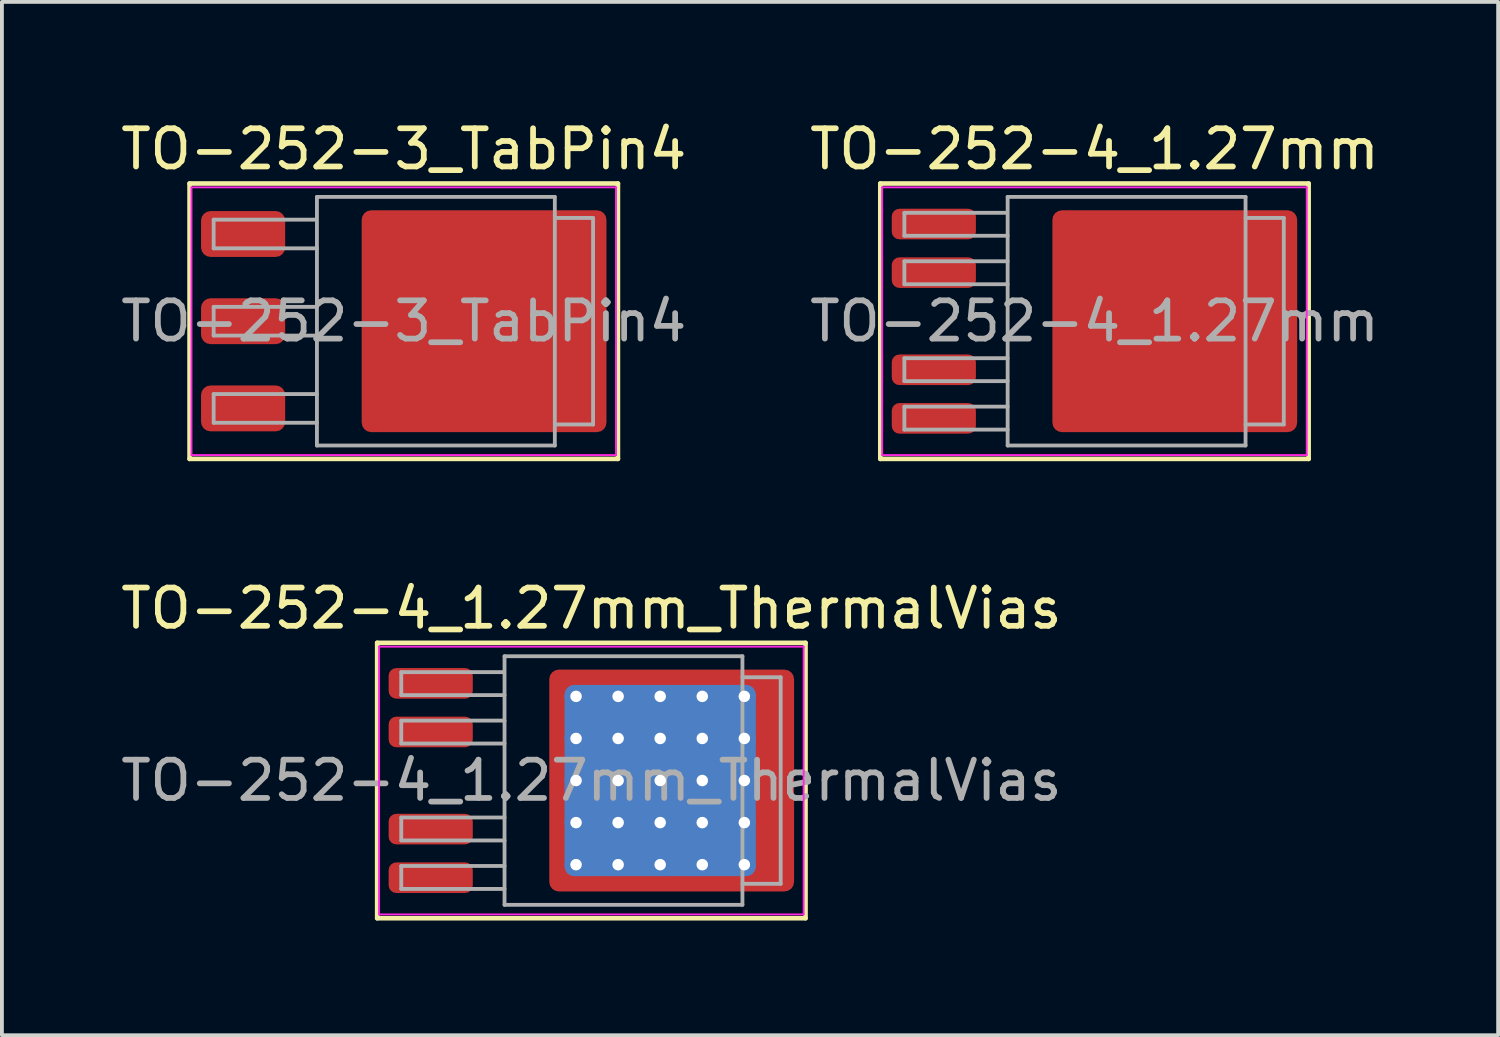
<source format=kicad_pcb>
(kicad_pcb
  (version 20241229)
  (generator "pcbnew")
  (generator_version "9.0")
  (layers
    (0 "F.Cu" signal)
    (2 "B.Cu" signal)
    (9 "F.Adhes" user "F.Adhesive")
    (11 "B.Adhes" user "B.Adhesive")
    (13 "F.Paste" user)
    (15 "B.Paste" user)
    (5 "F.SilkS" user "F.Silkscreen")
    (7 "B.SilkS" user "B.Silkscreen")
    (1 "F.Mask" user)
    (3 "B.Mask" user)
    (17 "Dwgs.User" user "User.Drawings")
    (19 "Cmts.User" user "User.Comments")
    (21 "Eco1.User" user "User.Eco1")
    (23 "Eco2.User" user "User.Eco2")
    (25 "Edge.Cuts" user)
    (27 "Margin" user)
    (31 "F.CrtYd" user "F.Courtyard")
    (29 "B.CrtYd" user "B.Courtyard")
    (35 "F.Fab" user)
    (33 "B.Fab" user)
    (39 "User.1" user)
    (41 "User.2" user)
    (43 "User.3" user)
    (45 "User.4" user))
  (footprint "TO-252-4_1.27mm"
    (layer "F.Cu")
    (at 25.565 5.348)
    (property "Reference" "TO-252-4_1.27mm" (at 0 -4.5 0) (layer "F.SilkS") (effects (font (size 1 1) (thickness 0.15))))
    (attr smd)
    (fp_line (start -5.6 -3.6) (end -5.6 3.6) (stroke (width 0.12) (type solid)) (layer "F.SilkS"))
    (fp_line (start -5.6 3.6) (end 5.6 3.6) (stroke (width 0.12) (type solid)) (layer "F.SilkS"))
    (fp_line (start 5.6 -3.6) (end -5.6 -3.6) (stroke (width 0.12) (type solid)) (layer "F.SilkS"))
    (fp_line (start 5.6 3.6) (end 5.6 -3.6) (stroke (width 0.12) (type solid)) (layer "F.SilkS"))
    (fp_line (start -5.55 -3.5) (end -5.55 3.5) (stroke (width 0.05) (type solid)) (layer "F.CrtYd"))
    (fp_line (start -5.55 3.5) (end 5.55 3.5) (stroke (width 0.05) (type solid)) (layer "F.CrtYd"))
    (fp_line (start 5.55 -3.5) (end -5.55 -3.5) (stroke (width 0.05) (type solid)) (layer "F.CrtYd"))
    (fp_line (start 5.55 3.5) (end 5.55 -3.5) (stroke (width 0.05) (type solid)) (layer "F.CrtYd"))
    (fp_line (start -4.97 -2.834) (end -4.97 -2.234) (stroke (width 0.1) (type solid)) (layer "F.Fab"))
    (fp_line (start -4.97 -2.234) (end -2.27 -2.234) (stroke (width 0.1) (type solid)) (layer "F.Fab"))
    (fp_line (start -4.97 -1.567) (end -4.97 -0.967) (stroke (width 0.1) (type solid)) (layer "F.Fab"))
    (fp_line (start -4.97 -0.967) (end -2.27 -0.967) (stroke (width 0.1) (type solid)) (layer "F.Fab"))
    (fp_line (start -4.97 0.967) (end -4.97 1.567) (stroke (width 0.1) (type solid)) (layer "F.Fab"))
    (fp_line (start -4.97 1.567) (end -2.27 1.567) (stroke (width 0.1) (type solid)) (layer "F.Fab"))
    (fp_line (start -4.97 2.234) (end -4.97 2.834) (stroke (width 0.1) (type solid)) (layer "F.Fab"))
    (fp_line (start -4.97 2.834) (end -2.27 2.834) (stroke (width 0.1) (type solid)) (layer "F.Fab"))
    (fp_line (start -2.3 -2.834) (end -4.97 -2.834) (stroke (width 0.1) (type solid)) (layer "F.Fab"))
    (fp_line (start -2.27 -3.25) (end 3.95 -3.25) (stroke (width 0.1) (type solid)) (layer "F.Fab"))
    (fp_line (start -2.27 -1.567) (end -4.97 -1.567) (stroke (width 0.1) (type solid)) (layer "F.Fab"))
    (fp_line (start -2.27 0.967) (end -4.97 0.967) (stroke (width 0.1) (type solid)) (layer "F.Fab"))
    (fp_line (start -2.27 2.234) (end -4.97 2.234) (stroke (width 0.1) (type solid)) (layer "F.Fab"))
    (fp_line (start -2.27 3.25) (end -2.27 -3.25) (stroke (width 0.1) (type solid)) (layer "F.Fab"))
    (fp_line (start 3.95 -3.25) (end 3.95 3.25) (stroke (width 0.1) (type solid)) (layer "F.Fab"))
    (fp_line (start 3.95 -2.7) (end 4.95 -2.7) (stroke (width 0.1) (type solid)) (layer "F.Fab"))
    (fp_line (start 3.95 3.25) (end -2.27 3.25) (stroke (width 0.1) (type solid)) (layer "F.Fab"))
    (fp_line (start 4.95 -2.7) (end 4.95 2.7) (stroke (width 0.1) (type solid)) (layer "F.Fab"))
    (fp_line (start 4.95 2.7) (end 3.95 2.7) (stroke (width 0.1) (type solid)) (layer "F.Fab"))
    (fp_text user "${REFERENCE}" (at 0 0 0) (layer "F.Fab") (effects (font (size 1 1) (thickness 0.15))))
    (pad "" smd roundrect (at 0 -1.9) (size 1.8 1.6) (layers "F.Paste") (roundrect_rratio 0.167))
    (pad "" smd roundrect (at 0 0) (size 1.8 1.6) (layers "F.Paste") (roundrect_rratio 0.167))
    (pad "" smd roundrect (at 0 1.9) (size 1.8 1.6) (layers "F.Paste") (roundrect_rratio 0.167))
    (pad "" smd roundrect (at 2.1 -1.9) (size 1.8 1.6) (layers "F.Paste") (roundrect_rratio 0.167))
    (pad "" smd roundrect (at 2.1 0) (size 1.8 1.6) (layers "F.Paste") (roundrect_rratio 0.167))
    (pad "" smd roundrect (at 2.1 1.9) (size 1.8 1.6) (layers "F.Paste") (roundrect_rratio 0.167))
    (pad "" smd roundrect (at 4.2 -1.9) (size 1.8 1.6) (layers "F.Paste") (roundrect_rratio 0.167))
    (pad "" smd roundrect (at 4.2 0) (size 1.8 1.6) (layers "F.Paste") (roundrect_rratio 0.167))
    (pad "" smd roundrect (at 4.2 1.9) (size 1.8 1.6) (layers "F.Paste") (roundrect_rratio 0.167))
    (pad "1" smd roundrect (at -4.2 -2.54) (size 2.2 0.8) (layers "F.Cu" "F.Mask" "F.Paste") (roundrect_rratio 0.25))
    (pad "2" smd roundrect (at -4.2 -1.27) (size 2.2 0.8) (layers "F.Cu" "F.Mask" "F.Paste") (roundrect_rratio 0.25))
    (pad "3" smd roundrect (at 2.1 0) (size 6.4 5.8) (layers "F.Cu" "F.Mask") (roundrect_rratio 0.043))
    (pad "4" smd roundrect (at -4.2 1.27) (size 2.2 0.8) (layers "F.Cu" "F.Mask" "F.Paste") (roundrect_rratio 0.25))
    (pad "5" smd roundrect (at -4.2 2.54) (size 2.2 0.8) (layers "F.Cu" "F.Mask" "F.Paste") (roundrect_rratio 0.25)))
  (footprint "TO-252-4_1.27mm_ThermalVias"
    (layer "F.Cu")
    (at 12.411 17.357)
    (property "Reference" "TO-252-4_1.27mm_ThermalVias" (at 0 -4.5 0) (layer "F.SilkS") (effects (font (size 1 1) (thickness 0.15))))
    (attr smd)
    (fp_line (start -5.6 -3.6) (end -5.6 3.6) (stroke (width 0.12) (type solid)) (layer "F.SilkS"))
    (fp_line (start -5.6 3.6) (end 5.6 3.6) (stroke (width 0.12) (type solid)) (layer "F.SilkS"))
    (fp_line (start 5.6 -3.6) (end -5.6 -3.6) (stroke (width 0.12) (type solid)) (layer "F.SilkS"))
    (fp_line (start 5.6 3.6) (end 5.6 -3.6) (stroke (width 0.12) (type solid)) (layer "F.SilkS"))
    (fp_line (start -5.55 -3.5) (end -5.55 3.5) (stroke (width 0.05) (type solid)) (layer "F.CrtYd"))
    (fp_line (start -5.55 3.5) (end 5.55 3.5) (stroke (width 0.05) (type solid)) (layer "F.CrtYd"))
    (fp_line (start 5.55 -3.5) (end -5.55 -3.5) (stroke (width 0.05) (type solid)) (layer "F.CrtYd"))
    (fp_line (start 5.55 3.5) (end 5.55 -3.5) (stroke (width 0.05) (type solid)) (layer "F.CrtYd"))
    (fp_line (start -4.97 -2.834) (end -4.97 -2.234) (stroke (width 0.1) (type solid)) (layer "F.Fab"))
    (fp_line (start -4.97 -2.234) (end -2.27 -2.234) (stroke (width 0.1) (type solid)) (layer "F.Fab"))
    (fp_line (start -4.97 -1.567) (end -4.97 -0.967) (stroke (width 0.1) (type solid)) (layer "F.Fab"))
    (fp_line (start -4.97 -0.967) (end -2.27 -0.967) (stroke (width 0.1) (type solid)) (layer "F.Fab"))
    (fp_line (start -4.97 0.967) (end -4.97 1.567) (stroke (width 0.1) (type solid)) (layer "F.Fab"))
    (fp_line (start -4.97 1.567) (end -2.27 1.567) (stroke (width 0.1) (type solid)) (layer "F.Fab"))
    (fp_line (start -4.97 2.234) (end -4.97 2.834) (stroke (width 0.1) (type solid)) (layer "F.Fab"))
    (fp_line (start -4.97 2.834) (end -2.27 2.834) (stroke (width 0.1) (type solid)) (layer "F.Fab"))
    (fp_line (start -2.3 -2.834) (end -4.97 -2.834) (stroke (width 0.1) (type solid)) (layer "F.Fab"))
    (fp_line (start -2.27 -3.25) (end 3.95 -3.25) (stroke (width 0.1) (type solid)) (layer "F.Fab"))
    (fp_line (start -2.27 -1.567) (end -4.97 -1.567) (stroke (width 0.1) (type solid)) (layer "F.Fab"))
    (fp_line (start -2.27 0.967) (end -4.97 0.967) (stroke (width 0.1) (type solid)) (layer "F.Fab"))
    (fp_line (start -2.27 2.234) (end -4.97 2.234) (stroke (width 0.1) (type solid)) (layer "F.Fab"))
    (fp_line (start -2.27 3.25) (end -2.27 -3.25) (stroke (width 0.1) (type solid)) (layer "F.Fab"))
    (fp_line (start 3.95 -3.25) (end 3.95 3.25) (stroke (width 0.1) (type solid)) (layer "F.Fab"))
    (fp_line (start 3.95 -2.7) (end 4.95 -2.7) (stroke (width 0.1) (type solid)) (layer "F.Fab"))
    (fp_line (start 3.95 3.25) (end -2.27 3.25) (stroke (width 0.1) (type solid)) (layer "F.Fab"))
    (fp_line (start 4.95 -2.7) (end 4.95 2.7) (stroke (width 0.1) (type solid)) (layer "F.Fab"))
    (fp_line (start 4.95 2.7) (end 3.95 2.7) (stroke (width 0.1) (type solid)) (layer "F.Fab"))
    (fp_text user "${REFERENCE}" (at 0 0 0) (layer "F.Fab") (effects (font (size 1 1) (thickness 0.15))))
    (pad "" smd roundrect (at -0.8 -2.55 90) (size 0.5 0.5) (layers "F.Paste") (roundrect_rratio 0.25))
    (pad "" smd roundrect (at -0.8 -1.65 90) (size 0.9 0.5) (layers "F.Paste") (roundrect_rratio 0.25))
    (pad "" smd roundrect (at -0.8 -0.55 90) (size 0.9 0.5) (layers "F.Paste") (roundrect_rratio 0.25))
    (pad "" smd roundrect (at -0.8 0.55 90) (size 0.9 0.5) (layers "F.Paste") (roundrect_rratio 0.25))
    (pad "" smd roundrect (at -0.8 1.65 90) (size 0.9 0.5) (layers "F.Paste") (roundrect_rratio 0.25))
    (pad "" smd roundrect (at -0.8 2.6 90) (size 0.5 0.5) (layers "F.Paste") (roundrect_rratio 0.25))
    (pad "" smd roundrect (at 0.15 -2.55) (size 0.9 0.5) (layers "F.Paste") (roundrect_rratio 0.25))
    (pad "" smd roundrect (at 0.15 -1.65) (size 0.9 0.9) (layers "F.Paste") (roundrect_rratio 0.25))
    (pad "" smd roundrect (at 0.15 -0.55) (size 0.9 0.9) (layers "F.Paste") (roundrect_rratio 0.25))
    (pad "" smd roundrect (at 0.15 0.55) (size 0.9 0.9) (layers "F.Paste") (roundrect_rratio 0.25))
    (pad "" smd roundrect (at 0.15 1.65) (size 0.9 0.9) (layers "F.Paste") (roundrect_rratio 0.25))
    (pad "" smd roundrect (at 0.15 2.6) (size 0.9 0.5) (layers "F.Paste") (roundrect_rratio 0.25))
    (pad "" smd roundrect (at 1.25 -2.55) (size 0.9 0.5) (layers "F.Paste") (roundrect_rratio 0.25))
    (pad "" smd roundrect (at 1.25 -1.65) (size 0.9 0.9) (layers "F.Paste") (roundrect_rratio 0.25))
    (pad "" smd roundrect (at 1.25 -0.55) (size 0.9 0.9) (layers "F.Paste") (roundrect_rratio 0.25))
    (pad "" smd roundrect (at 1.25 0.55) (size 0.9 0.9) (layers "F.Paste") (roundrect_rratio 0.25))
    (pad "" smd roundrect (at 1.25 1.65) (size 0.9 0.9) (layers "F.Paste") (roundrect_rratio 0.25))
    (pad "" smd roundrect (at 1.25 2.6) (size 0.9 0.5) (layers "F.Paste") (roundrect_rratio 0.25))
    (pad "" smd roundrect (at 2.35 -2.55) (size 0.9 0.5) (layers "F.Paste") (roundrect_rratio 0.25))
    (pad "" smd roundrect (at 2.35 -1.65) (size 0.9 0.9) (layers "F.Paste") (roundrect_rratio 0.25))
    (pad "" smd roundrect (at 2.35 -0.55) (size 0.9 0.9) (layers "F.Paste") (roundrect_rratio 0.25))
    (pad "" smd roundrect (at 2.35 0.55) (size 0.9 0.9) (layers "F.Paste") (roundrect_rratio 0.25))
    (pad "" smd roundrect (at 2.35 1.65) (size 0.9 0.9) (layers "F.Paste") (roundrect_rratio 0.25))
    (pad "" smd roundrect (at 2.35 2.6) (size 0.9 0.5) (layers "F.Paste") (roundrect_rratio 0.25))
    (pad "" smd roundrect (at 3.45 -2.55) (size 0.9 0.5) (layers "F.Paste") (roundrect_rratio 0.25))
    (pad "" smd roundrect (at 3.45 -1.65) (size 0.9 0.9) (layers "F.Paste") (roundrect_rratio 0.25))
    (pad "" smd roundrect (at 3.45 -0.55) (size 0.9 0.9) (layers "F.Paste") (roundrect_rratio 0.25))
    (pad "" smd roundrect (at 3.45 0.55) (size 0.9 0.9) (layers "F.Paste") (roundrect_rratio 0.25))
    (pad "" smd roundrect (at 3.45 1.65) (size 0.9 0.9) (layers "F.Paste") (roundrect_rratio 0.25))
    (pad "" smd roundrect (at 3.45 2.6) (size 0.9 0.5) (layers "F.Paste") (roundrect_rratio 0.25))
    (pad "" smd roundrect (at 4.6 -2.55 90) (size 0.5 0.9) (layers "F.Paste") (roundrect_rratio 0.25))
    (pad "" smd roundrect (at 4.6 -1.65 90) (size 0.9 0.9) (layers "F.Paste") (roundrect_rratio 0.25))
    (pad "" smd roundrect (at 4.6 -0.55 90) (size 0.9 0.9) (layers "F.Paste") (roundrect_rratio 0.25))
    (pad "" smd roundrect (at 4.6 0.55 90) (size 0.9 0.9) (layers "F.Paste") (roundrect_rratio 0.25))
    (pad "" smd roundrect (at 4.6 1.65 90) (size 0.9 0.9) (layers "F.Paste") (roundrect_rratio 0.25))
    (pad "" smd roundrect (at 4.6 2.6 90) (size 0.5 0.9) (layers "F.Paste") (roundrect_rratio 0.25))
    (pad "1" smd roundrect (at -4.2 -2.54) (size 2.2 0.8) (layers "F.Cu" "F.Mask" "F.Paste") (roundrect_rratio 0.25))
    (pad "2" smd roundrect (at -4.2 -1.27) (size 2.2 0.8) (layers "F.Cu" "F.Mask" "F.Paste") (roundrect_rratio 0.25))
    (pad "3" thru_hole circle (at -0.4 -2.2) (size 0.6 0.6) (drill 0.3) (property pad_prop_heatsink) (layers "*.Cu"))
    (pad "3" thru_hole circle (at -0.4 -1.1) (size 0.6 0.6) (drill 0.3) (property pad_prop_heatsink) (layers "*.Cu"))
    (pad "3" thru_hole circle (at -0.4 0) (size 0.6 0.6) (drill 0.3) (property pad_prop_heatsink) (layers "*.Cu"))
    (pad "3" thru_hole circle (at -0.4 1.1) (size 0.6 0.6) (drill 0.3) (property pad_prop_heatsink) (layers "*.Cu"))
    (pad "3" thru_hole circle (at -0.4 2.2) (size 0.6 0.6) (drill 0.3) (property pad_prop_heatsink) (layers "*.Cu"))
    (pad "3" thru_hole circle (at 0.7 -2.2) (size 0.6 0.6) (drill 0.3) (property pad_prop_heatsink) (layers "*.Cu"))
    (pad "3" thru_hole circle (at 0.7 -1.1) (size 0.6 0.6) (drill 0.3) (property pad_prop_heatsink) (layers "*.Cu"))
    (pad "3" thru_hole circle (at 0.7 0) (size 0.6 0.6) (drill 0.3) (property pad_prop_heatsink) (layers "*.Cu"))
    (pad "3" thru_hole circle (at 0.7 1.1) (size 0.6 0.6) (drill 0.3) (property pad_prop_heatsink) (layers "*.Cu"))
    (pad "3" thru_hole circle (at 0.7 2.2) (size 0.6 0.6) (drill 0.3) (property pad_prop_heatsink) (layers "*.Cu"))
    (pad "3" thru_hole circle (at 1.8 -2.2) (size 0.6 0.6) (drill 0.3) (property pad_prop_heatsink) (layers "*.Cu"))
    (pad "3" thru_hole circle (at 1.8 -1.1) (size 0.6 0.6) (drill 0.3) (property pad_prop_heatsink) (layers "*.Cu"))
    (pad "3" thru_hole circle (at 1.8 0) (size 0.6 0.6) (drill 0.3) (property pad_prop_heatsink) (layers "*.Cu"))
    (pad "3" smd roundrect (at 1.8 0) (size 5 5) (layers "B.Cu" "B.Mask") (roundrect_rratio 0.05))
    (pad "3" thru_hole circle (at 1.8 1.1) (size 0.6 0.6) (drill 0.3) (property pad_prop_heatsink) (layers "*.Cu"))
    (pad "3" thru_hole circle (at 1.8 2.2) (size 0.6 0.6) (drill 0.3) (property pad_prop_heatsink) (layers "*.Cu"))
    (pad "3" smd roundrect (at 2.1 0) (size 6.4 5.8) (layers "F.Cu" "F.Mask") (roundrect_rratio 0.043))
    (pad "3" thru_hole circle (at 2.9 -2.2) (size 0.6 0.6) (drill 0.3) (property pad_prop_heatsink) (layers "*.Cu"))
    (pad "3" thru_hole circle (at 2.9 -1.1) (size 0.6 0.6) (drill 0.3) (property pad_prop_heatsink) (layers "*.Cu"))
    (pad "3" thru_hole circle (at 2.9 0) (size 0.6 0.6) (drill 0.3) (property pad_prop_heatsink) (layers "*.Cu"))
    (pad "3" thru_hole circle (at 2.9 1.1) (size 0.6 0.6) (drill 0.3) (property pad_prop_heatsink) (layers "*.Cu"))
    (pad "3" thru_hole circle (at 2.9 2.2) (size 0.6 0.6) (drill 0.3) (property pad_prop_heatsink) (layers "*.Cu"))
    (pad "3" thru_hole circle (at 4 -2.2) (size 0.6 0.6) (drill 0.3) (property pad_prop_heatsink) (layers "*.Cu"))
    (pad "3" thru_hole circle (at 4 -1.1) (size 0.6 0.6) (drill 0.3) (property pad_prop_heatsink) (layers "*.Cu"))
    (pad "3" thru_hole circle (at 4 0) (size 0.6 0.6) (drill 0.3) (property pad_prop_heatsink) (layers "*.Cu"))
    (pad "3" thru_hole circle (at 4 1.1) (size 0.6 0.6) (drill 0.3) (property pad_prop_heatsink) (layers "*.Cu"))
    (pad "3" thru_hole circle (at 4 2.2) (size 0.6 0.6) (drill 0.3) (property pad_prop_heatsink) (layers "*.Cu"))
    (pad "4" smd roundrect (at -4.2 1.27) (size 2.2 0.8) (layers "F.Cu" "F.Mask" "F.Paste") (roundrect_rratio 0.25))
    (pad "5" smd roundrect (at -4.2 2.54) (size 2.2 0.8) (layers "F.Cu" "F.Mask" "F.Paste") (roundrect_rratio 0.25)))
  (footprint "TO-252-3_TabPin4"
    (layer "F.Cu")
    (at 7.506 5.348)
    (property "Reference" "TO-252-3_TabPin4" (at 0 -4.5 0) (layer "F.SilkS") (effects (font (size 1 1) (thickness 0.15))))
    (attr smd)
    (fp_line (start -5.6 -3.6) (end -5.6 3.6) (stroke (width 0.12) (type solid)) (layer "F.SilkS"))
    (fp_line (start -5.6 3.6) (end 5.6 3.6) (stroke (width 0.12) (type solid)) (layer "F.SilkS"))
    (fp_line (start 5.6 -3.6) (end -5.6 -3.6) (stroke (width 0.12) (type solid)) (layer "F.SilkS"))
    (fp_line (start 5.6 3.6) (end 5.6 -3.6) (stroke (width 0.12) (type solid)) (layer "F.SilkS"))
    (fp_line (start -5.55 -3.5) (end -5.55 3.5) (stroke (width 0.05) (type solid)) (layer "F.CrtYd"))
    (fp_line (start -5.55 3.5) (end 5.55 3.5) (stroke (width 0.05) (type solid)) (layer "F.CrtYd"))
    (fp_line (start 5.55 -3.5) (end -5.55 -3.5) (stroke (width 0.05) (type solid)) (layer "F.CrtYd"))
    (fp_line (start 5.55 3.5) (end 5.55 -3.5) (stroke (width 0.05) (type solid)) (layer "F.CrtYd"))
    (fp_line (start -4.97 -2.655) (end -4.97 -1.905) (stroke (width 0.1) (type solid)) (layer "F.Fab"))
    (fp_line (start -4.97 -1.905) (end -2.27 -1.905) (stroke (width 0.1) (type solid)) (layer "F.Fab"))
    (fp_line (start -4.97 -0.375) (end -4.97 0.375) (stroke (width 0.1) (type solid)) (layer "F.Fab"))
    (fp_line (start -4.97 0.375) (end -2.27 0.375) (stroke (width 0.1) (type solid)) (layer "F.Fab"))
    (fp_line (start -4.97 1.905) (end -4.97 2.655) (stroke (width 0.1) (type solid)) (layer "F.Fab"))
    (fp_line (start -4.97 2.655) (end -2.27 2.655) (stroke (width 0.1) (type solid)) (layer "F.Fab"))
    (fp_line (start -2.3 -2.655) (end -4.97 -2.655) (stroke (width 0.1) (type solid)) (layer "F.Fab"))
    (fp_line (start -2.27 -3.25) (end 3.95 -3.25) (stroke (width 0.1) (type solid)) (layer "F.Fab"))
    (fp_line (start -2.27 -0.375) (end -4.97 -0.375) (stroke (width 0.1) (type solid)) (layer "F.Fab"))
    (fp_line (start -2.27 1.905) (end -4.97 1.905) (stroke (width 0.1) (type solid)) (layer "F.Fab"))
    (fp_line (start -2.27 3.25) (end -2.27 -3.25) (stroke (width 0.1) (type solid)) (layer "F.Fab"))
    (fp_line (start 3.95 -3.25) (end 3.95 3.25) (stroke (width 0.1) (type solid)) (layer "F.Fab"))
    (fp_line (start 3.95 -2.7) (end 4.95 -2.7) (stroke (width 0.1) (type solid)) (layer "F.Fab"))
    (fp_line (start 3.95 3.25) (end -2.27 3.25) (stroke (width 0.1) (type solid)) (layer "F.Fab"))
    (fp_line (start 4.95 -2.7) (end 4.95 2.7) (stroke (width 0.1) (type solid)) (layer "F.Fab"))
    (fp_line (start 4.95 2.7) (end 3.95 2.7) (stroke (width 0.1) (type solid)) (layer "F.Fab"))
    (fp_text user "${REFERENCE}" (at 0 0 0) (layer "F.Fab") (effects (font (size 1 1) (thickness 0.15))))
    (pad "" smd roundrect (at 0 -1.9) (size 1.8 1.6) (layers "F.Paste") (roundrect_rratio 0.167))
    (pad "" smd roundrect (at 0 0) (size 1.8 1.6) (layers "F.Paste") (roundrect_rratio 0.167))
    (pad "" smd roundrect (at 0 1.9) (size 1.8 1.6) (layers "F.Paste") (roundrect_rratio 0.167))
    (pad "" smd roundrect (at 2.1 -1.9) (size 1.8 1.6) (layers "F.Paste") (roundrect_rratio 0.167))
    (pad "" smd roundrect (at 2.1 0) (size 1.8 1.6) (layers "F.Paste") (roundrect_rratio 0.167))
    (pad "" smd roundrect (at 2.1 1.9) (size 1.8 1.6) (layers "F.Paste") (roundrect_rratio 0.167))
    (pad "" smd roundrect (at 4.2 -1.9) (size 1.8 1.6) (layers "F.Paste") (roundrect_rratio 0.167))
    (pad "" smd roundrect (at 4.2 0) (size 1.8 1.6) (layers "F.Paste") (roundrect_rratio 0.167))
    (pad "" smd roundrect (at 4.2 1.9) (size 1.8 1.6) (layers "F.Paste") (roundrect_rratio 0.167))
    (pad "1" smd roundrect (at -4.2 -2.28) (size 2.2 1.2) (layers "F.Cu" "F.Mask" "F.Paste") (roundrect_rratio 0.208))
    (pad "2" smd roundrect (at -4.2 0) (size 2.2 1.2) (layers "F.Cu" "F.Mask" "F.Paste") (roundrect_rratio 0.208))
    (pad "3" smd roundrect (at -4.2 2.28) (size 2.2 1.2) (layers "F.Cu" "F.Mask" "F.Paste") (roundrect_rratio 0.208))
    (pad "4" smd roundrect (at 2.1 0) (size 6.4 5.8) (layers "F.Cu" "F.Mask") (roundrect_rratio 0.043)))
  (gr_rect
    (start -3 -3)
    (end 36.119 24.017)
    (stroke (width 0.1) (type default))
    (fill no)
    (layer "Edge.Cuts")))
</source>
